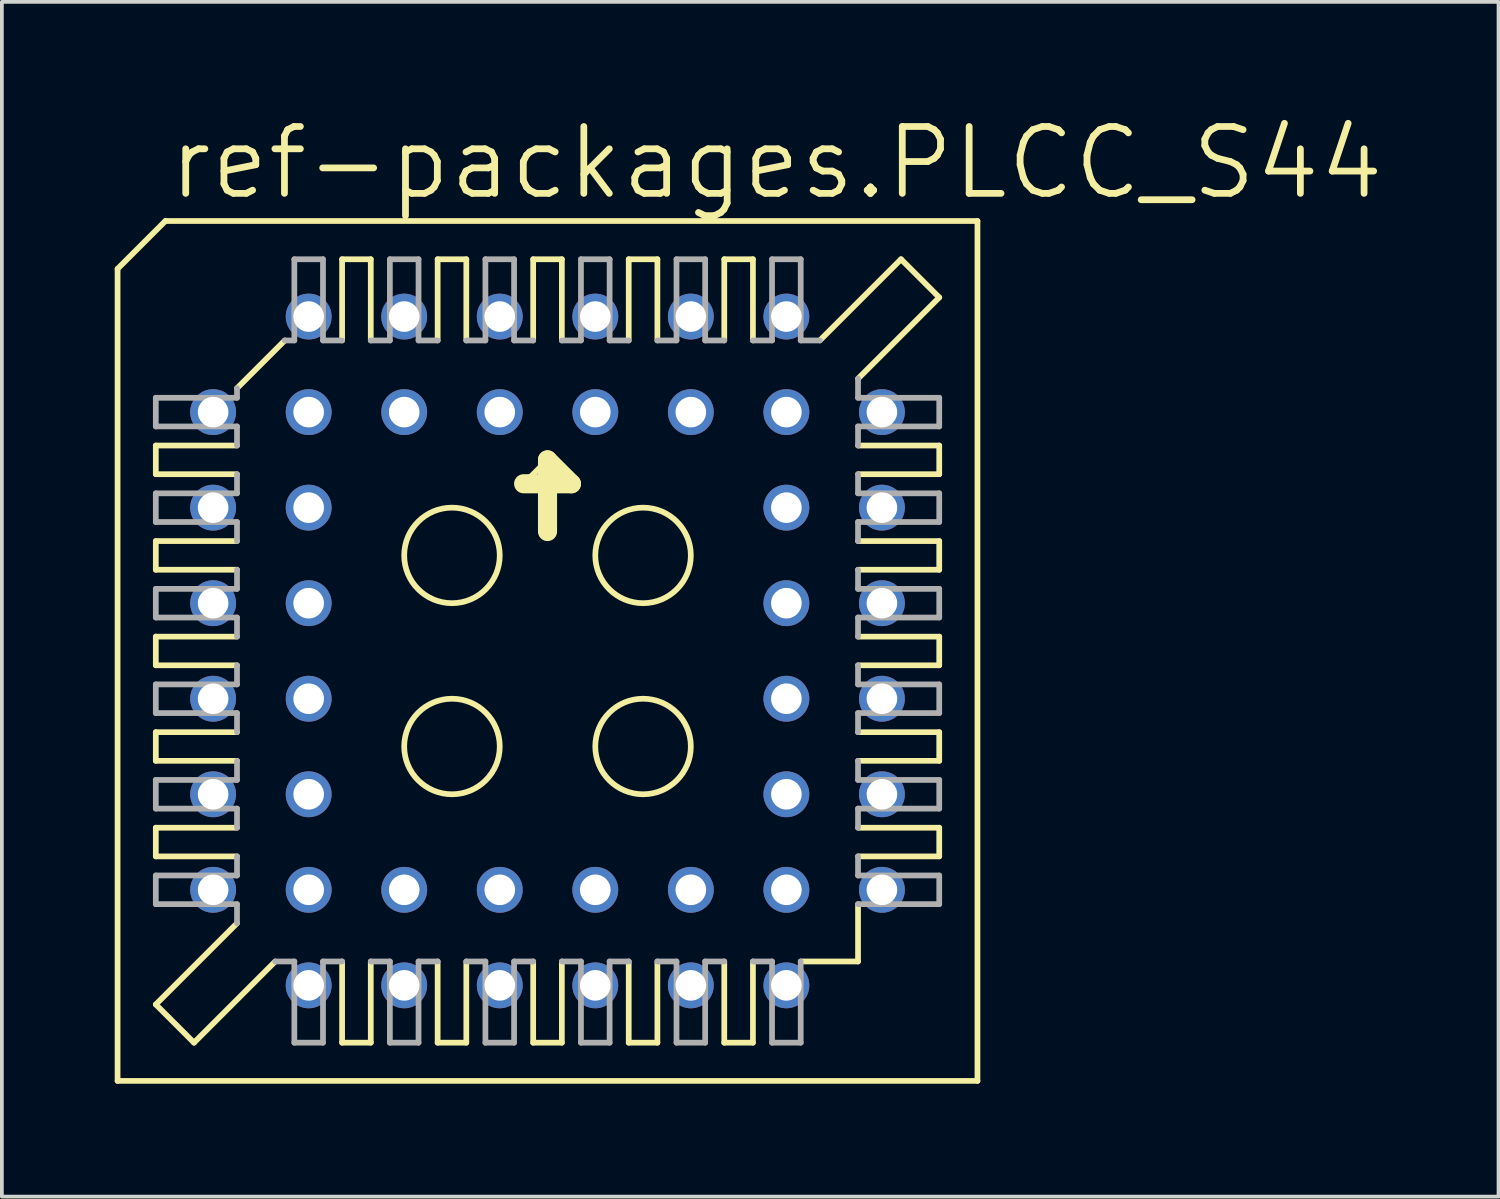
<source format=kicad_pcb>
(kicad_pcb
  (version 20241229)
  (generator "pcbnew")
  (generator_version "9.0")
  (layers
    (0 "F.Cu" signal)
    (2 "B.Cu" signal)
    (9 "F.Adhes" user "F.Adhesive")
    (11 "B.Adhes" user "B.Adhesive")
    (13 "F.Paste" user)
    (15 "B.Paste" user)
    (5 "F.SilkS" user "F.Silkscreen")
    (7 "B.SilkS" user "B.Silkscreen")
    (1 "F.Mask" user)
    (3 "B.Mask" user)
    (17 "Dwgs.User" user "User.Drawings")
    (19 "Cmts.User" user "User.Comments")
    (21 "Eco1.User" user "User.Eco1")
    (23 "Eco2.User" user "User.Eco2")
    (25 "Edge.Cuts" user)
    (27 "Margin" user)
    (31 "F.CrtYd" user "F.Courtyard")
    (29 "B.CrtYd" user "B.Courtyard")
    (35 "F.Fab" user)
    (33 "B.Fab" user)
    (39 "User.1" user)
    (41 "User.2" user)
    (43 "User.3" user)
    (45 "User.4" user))
  (footprint "ref-packages.PLCC_S44"
    (layer "F.Cu")
    (at 11.506 14.256)
    (property "Reference" "ref-packages.PLCC_S44" (at -10.16 -11.938 0) (layer "F.SilkS") (effects (font (size 1.778 1.778) (thickness 0.18)) (justify left bottom)))
    (attr through_hole)
    (fp_line (start -11.43 -10.16) (end -11.43 11.43) (stroke (width 0.152) (type default)) (layer "F.SilkS"))
    (fp_line (start -10.414 -5.461) (end -10.414 -4.699) (stroke (width 0.152) (type default)) (layer "F.SilkS"))
    (fp_line (start -10.414 -5.461) (end -8.255 -5.461) (stroke (width 0.152) (type default)) (layer "F.SilkS"))
    (fp_line (start -10.414 -2.921) (end -10.414 -2.159) (stroke (width 0.152) (type default)) (layer "F.SilkS"))
    (fp_line (start -10.414 -2.921) (end -8.255 -2.921) (stroke (width 0.152) (type default)) (layer "F.SilkS"))
    (fp_line (start -10.414 0.381) (end -10.414 -0.381) (stroke (width 0.152) (type default)) (layer "F.SilkS"))
    (fp_line (start -10.414 0.381) (end -8.255 0.381) (stroke (width 0.152) (type default)) (layer "F.SilkS"))
    (fp_line (start -10.414 2.921) (end -10.414 2.159) (stroke (width 0.152) (type default)) (layer "F.SilkS"))
    (fp_line (start -10.414 2.921) (end -8.255 2.921) (stroke (width 0.152) (type default)) (layer "F.SilkS"))
    (fp_line (start -10.414 5.461) (end -10.414 4.699) (stroke (width 0.152) (type default)) (layer "F.SilkS"))
    (fp_line (start -10.414 5.461) (end -8.255 5.461) (stroke (width 0.152) (type default)) (layer "F.SilkS"))
    (fp_line (start -10.414 9.398) (end -8.255 7.239) (stroke (width 0.152) (type default)) (layer "F.SilkS"))
    (fp_line (start -10.16 -11.43) (end -11.43 -10.16) (stroke (width 0.152) (type default)) (layer "F.SilkS"))
    (fp_line (start -9.398 10.414) (end -10.414 9.398) (stroke (width 0.152) (type default)) (layer "F.SilkS"))
    (fp_line (start -9.398 10.414) (end -7.239 8.255) (stroke (width 0.152) (type default)) (layer "F.SilkS"))
    (fp_line (start -8.255 -6.985) (end -6.985 -8.255) (stroke (width 0.152) (type default)) (layer "F.SilkS"))
    (fp_line (start -8.255 -4.699) (end -10.414 -4.699) (stroke (width 0.152) (type default)) (layer "F.SilkS"))
    (fp_line (start -8.255 -2.159) (end -10.414 -2.159) (stroke (width 0.152) (type default)) (layer "F.SilkS"))
    (fp_line (start -8.255 -0.381) (end -10.414 -0.381) (stroke (width 0.152) (type default)) (layer "F.SilkS"))
    (fp_line (start -8.255 2.159) (end -10.414 2.159) (stroke (width 0.152) (type default)) (layer "F.SilkS"))
    (fp_line (start -8.255 4.699) (end -10.414 4.699) (stroke (width 0.152) (type default)) (layer "F.SilkS"))
    (fp_line (start -5.461 -8.255) (end -5.461 -10.414) (stroke (width 0.152) (type default)) (layer "F.SilkS"))
    (fp_line (start -5.461 10.414) (end -5.461 8.255) (stroke (width 0.152) (type default)) (layer "F.SilkS"))
    (fp_line (start -5.461 10.414) (end -4.699 10.414) (stroke (width 0.152) (type default)) (layer "F.SilkS"))
    (fp_line (start -4.699 -10.414) (end -5.461 -10.414) (stroke (width 0.152) (type default)) (layer "F.SilkS"))
    (fp_line (start -4.699 -10.414) (end -4.699 -8.255) (stroke (width 0.152) (type default)) (layer "F.SilkS"))
    (fp_line (start -4.699 8.255) (end -4.699 10.414) (stroke (width 0.152) (type default)) (layer "F.SilkS"))
    (fp_line (start -2.921 -8.255) (end -2.921 -10.414) (stroke (width 0.152) (type default)) (layer "F.SilkS"))
    (fp_line (start -2.921 10.414) (end -2.921 8.255) (stroke (width 0.152) (type default)) (layer "F.SilkS"))
    (fp_line (start -2.921 10.414) (end -2.159 10.414) (stroke (width 0.152) (type default)) (layer "F.SilkS"))
    (fp_line (start -2.159 -10.414) (end -2.921 -10.414) (stroke (width 0.152) (type default)) (layer "F.SilkS"))
    (fp_line (start -2.159 -10.414) (end -2.159 -8.255) (stroke (width 0.152) (type default)) (layer "F.SilkS"))
    (fp_line (start -2.159 8.255) (end -2.159 10.414) (stroke (width 0.152) (type default)) (layer "F.SilkS"))
    (fp_line (start -0.635 -4.445) (end 0 -5.08) (stroke (width 0.152) (type default)) (layer "F.SilkS"))
    (fp_line (start -0.381 -8.255) (end -0.381 -10.414) (stroke (width 0.152) (type default)) (layer "F.SilkS"))
    (fp_line (start -0.381 10.414) (end -0.381 8.255) (stroke (width 0.152) (type default)) (layer "F.SilkS"))
    (fp_line (start -0.381 10.414) (end 0.381 10.414) (stroke (width 0.152) (type default)) (layer "F.SilkS"))
    (fp_line (start 0 -5.08) (end 0 -3.175) (stroke (width 0.508) (type default)) (layer "F.SilkS"))
    (fp_line (start 0 -5.08) (end 0.635 -4.445) (stroke (width 0.508) (type default)) (layer "F.SilkS"))
    (fp_line (start 0.381 -10.414) (end -0.381 -10.414) (stroke (width 0.152) (type default)) (layer "F.SilkS"))
    (fp_line (start 0.381 -10.414) (end 0.381 -8.255) (stroke (width 0.152) (type default)) (layer "F.SilkS"))
    (fp_line (start 0.381 8.255) (end 0.381 10.414) (stroke (width 0.152) (type default)) (layer "F.SilkS"))
    (fp_line (start 0.635 -4.445) (end -0.635 -4.445) (stroke (width 0.508) (type default)) (layer "F.SilkS"))
    (fp_line (start 2.159 -8.255) (end 2.159 -10.414) (stroke (width 0.152) (type default)) (layer "F.SilkS"))
    (fp_line (start 2.159 10.414) (end 2.159 8.255) (stroke (width 0.152) (type default)) (layer "F.SilkS"))
    (fp_line (start 2.159 10.414) (end 2.921 10.414) (stroke (width 0.152) (type default)) (layer "F.SilkS"))
    (fp_line (start 2.921 -10.414) (end 2.159 -10.414) (stroke (width 0.152) (type default)) (layer "F.SilkS"))
    (fp_line (start 2.921 -10.414) (end 2.921 -8.255) (stroke (width 0.152) (type default)) (layer "F.SilkS"))
    (fp_line (start 2.921 8.255) (end 2.921 10.414) (stroke (width 0.152) (type default)) (layer "F.SilkS"))
    (fp_line (start 4.699 -8.255) (end 4.699 -10.414) (stroke (width 0.152) (type default)) (layer "F.SilkS"))
    (fp_line (start 4.699 10.414) (end 4.699 8.255) (stroke (width 0.152) (type default)) (layer "F.SilkS"))
    (fp_line (start 4.699 10.414) (end 5.461 10.414) (stroke (width 0.152) (type default)) (layer "F.SilkS"))
    (fp_line (start 5.461 -10.414) (end 4.699 -10.414) (stroke (width 0.152) (type default)) (layer "F.SilkS"))
    (fp_line (start 5.461 -10.414) (end 5.461 -8.255) (stroke (width 0.152) (type default)) (layer "F.SilkS"))
    (fp_line (start 5.461 8.255) (end 5.461 10.414) (stroke (width 0.152) (type default)) (layer "F.SilkS"))
    (fp_line (start 6.731 8.255) (end 8.255 8.255) (stroke (width 0.152) (type default)) (layer "F.SilkS"))
    (fp_line (start 8.255 -4.699) (end 10.414 -4.699) (stroke (width 0.152) (type default)) (layer "F.SilkS"))
    (fp_line (start 8.255 -2.159) (end 10.414 -2.159) (stroke (width 0.152) (type default)) (layer "F.SilkS"))
    (fp_line (start 8.255 0.381) (end 10.414 0.381) (stroke (width 0.152) (type default)) (layer "F.SilkS"))
    (fp_line (start 8.255 2.159) (end 10.414 2.159) (stroke (width 0.152) (type default)) (layer "F.SilkS"))
    (fp_line (start 8.255 4.699) (end 10.414 4.699) (stroke (width 0.152) (type default)) (layer "F.SilkS"))
    (fp_line (start 8.255 8.255) (end 8.255 6.731) (stroke (width 0.152) (type default)) (layer "F.SilkS"))
    (fp_line (start 9.398 -10.414) (end 7.239 -8.255) (stroke (width 0.152) (type default)) (layer "F.SilkS"))
    (fp_line (start 10.414 -9.398) (end 8.255 -7.239) (stroke (width 0.152) (type default)) (layer "F.SilkS"))
    (fp_line (start 10.414 -9.398) (end 9.398 -10.414) (stroke (width 0.152) (type default)) (layer "F.SilkS"))
    (fp_line (start 10.414 -5.461) (end 8.255 -5.461) (stroke (width 0.152) (type default)) (layer "F.SilkS"))
    (fp_line (start 10.414 -5.461) (end 10.414 -4.699) (stroke (width 0.152) (type default)) (layer "F.SilkS"))
    (fp_line (start 10.414 -2.921) (end 8.255 -2.921) (stroke (width 0.152) (type default)) (layer "F.SilkS"))
    (fp_line (start 10.414 -2.921) (end 10.414 -2.159) (stroke (width 0.152) (type default)) (layer "F.SilkS"))
    (fp_line (start 10.414 -0.381) (end 8.255 -0.381) (stroke (width 0.152) (type default)) (layer "F.SilkS"))
    (fp_line (start 10.414 -0.381) (end 10.414 0.381) (stroke (width 0.152) (type default)) (layer "F.SilkS"))
    (fp_line (start 10.414 2.921) (end 8.255 2.921) (stroke (width 0.152) (type default)) (layer "F.SilkS"))
    (fp_line (start 10.414 2.921) (end 10.414 2.159) (stroke (width 0.152) (type default)) (layer "F.SilkS"))
    (fp_line (start 10.414 5.461) (end 8.255 5.461) (stroke (width 0.152) (type default)) (layer "F.SilkS"))
    (fp_line (start 10.414 5.461) (end 10.414 4.699) (stroke (width 0.152) (type default)) (layer "F.SilkS"))
    (fp_line (start 11.43 -11.43) (end -10.16 -11.43) (stroke (width 0.152) (type default)) (layer "F.SilkS"))
    (fp_line (start 11.43 11.43) (end -11.43 11.43) (stroke (width 0.152) (type default)) (layer "F.SilkS"))
    (fp_line (start 11.43 11.43) (end 11.43 -11.43) (stroke (width 0.152) (type default)) (layer "F.SilkS"))
    (fp_circle (center -2.54 -2.54) (end -1.27 -2.54) (stroke (width 0.152) (type default)) (fill no) (layer "F.SilkS"))
    (fp_circle (center -2.54 2.54) (end -1.27 2.54) (stroke (width 0.152) (type default)) (fill no) (layer "F.SilkS"))
    (fp_circle (center 2.54 -2.54) (end 3.81 -2.54) (stroke (width 0.152) (type default)) (fill no) (layer "F.SilkS"))
    (fp_circle (center 2.54 2.54) (end 3.81 2.54) (stroke (width 0.152) (type default)) (fill no) (layer "F.SilkS"))
    (fp_line (start -10.414 -6.731) (end -10.414 -5.969) (stroke (width 0.152) (type default)) (layer "F.Fab"))
    (fp_line (start -10.414 -6.731) (end -8.255 -6.731) (stroke (width 0.152) (type default)) (layer "F.Fab"))
    (fp_line (start -10.414 -4.191) (end -10.414 -3.429) (stroke (width 0.152) (type default)) (layer "F.Fab"))
    (fp_line (start -10.414 -4.191) (end -8.255 -4.191) (stroke (width 0.152) (type default)) (layer "F.Fab"))
    (fp_line (start -10.414 -0.889) (end -10.414 -1.651) (stroke (width 0.152) (type default)) (layer "F.Fab"))
    (fp_line (start -10.414 -0.889) (end -8.255 -0.889) (stroke (width 0.152) (type default)) (layer "F.Fab"))
    (fp_line (start -10.414 1.651) (end -10.414 0.889) (stroke (width 0.152) (type default)) (layer "F.Fab"))
    (fp_line (start -10.414 1.651) (end -8.255 1.651) (stroke (width 0.152) (type default)) (layer "F.Fab"))
    (fp_line (start -10.414 4.191) (end -10.414 3.429) (stroke (width 0.152) (type default)) (layer "F.Fab"))
    (fp_line (start -10.414 4.191) (end -8.255 4.191) (stroke (width 0.152) (type default)) (layer "F.Fab"))
    (fp_line (start -10.414 6.731) (end -10.414 5.969) (stroke (width 0.152) (type default)) (layer "F.Fab"))
    (fp_line (start -10.414 6.731) (end -8.255 6.731) (stroke (width 0.152) (type default)) (layer "F.Fab"))
    (fp_line (start -8.255 -6.731) (end -8.255 -6.985) (stroke (width 0.152) (type default)) (layer "F.Fab"))
    (fp_line (start -8.255 -5.969) (end -10.414 -5.969) (stroke (width 0.152) (type default)) (layer "F.Fab"))
    (fp_line (start -8.255 -5.969) (end -8.255 -5.461) (stroke (width 0.152) (type default)) (layer "F.Fab"))
    (fp_line (start -8.255 -4.699) (end -8.255 -4.191) (stroke (width 0.152) (type default)) (layer "F.Fab"))
    (fp_line (start -8.255 -3.429) (end -10.414 -3.429) (stroke (width 0.152) (type default)) (layer "F.Fab"))
    (fp_line (start -8.255 -3.429) (end -8.255 -2.921) (stroke (width 0.152) (type default)) (layer "F.Fab"))
    (fp_line (start -8.255 -2.159) (end -8.255 -1.651) (stroke (width 0.152) (type default)) (layer "F.Fab"))
    (fp_line (start -8.255 -1.651) (end -10.414 -1.651) (stroke (width 0.152) (type default)) (layer "F.Fab"))
    (fp_line (start -8.255 -0.381) (end -8.255 -0.889) (stroke (width 0.152) (type default)) (layer "F.Fab"))
    (fp_line (start -8.255 0.889) (end -10.414 0.889) (stroke (width 0.152) (type default)) (layer "F.Fab"))
    (fp_line (start -8.255 0.889) (end -8.255 0.381) (stroke (width 0.152) (type default)) (layer "F.Fab"))
    (fp_line (start -8.255 2.159) (end -8.255 1.651) (stroke (width 0.152) (type default)) (layer "F.Fab"))
    (fp_line (start -8.255 3.429) (end -10.414 3.429) (stroke (width 0.152) (type default)) (layer "F.Fab"))
    (fp_line (start -8.255 3.429) (end -8.255 2.921) (stroke (width 0.152) (type default)) (layer "F.Fab"))
    (fp_line (start -8.255 4.699) (end -8.255 4.191) (stroke (width 0.152) (type default)) (layer "F.Fab"))
    (fp_line (start -8.255 5.969) (end -10.414 5.969) (stroke (width 0.152) (type default)) (layer "F.Fab"))
    (fp_line (start -8.255 5.969) (end -8.255 5.461) (stroke (width 0.152) (type default)) (layer "F.Fab"))
    (fp_line (start -8.255 7.239) (end -8.255 6.731) (stroke (width 0.152) (type default)) (layer "F.Fab"))
    (fp_line (start -7.239 8.255) (end -6.731 8.255) (stroke (width 0.152) (type default)) (layer "F.Fab"))
    (fp_line (start -6.985 -8.255) (end -6.731 -8.255) (stroke (width 0.152) (type default)) (layer "F.Fab"))
    (fp_line (start -6.731 -8.255) (end -6.731 -10.414) (stroke (width 0.152) (type default)) (layer "F.Fab"))
    (fp_line (start -6.731 10.414) (end -6.731 8.255) (stroke (width 0.152) (type default)) (layer "F.Fab"))
    (fp_line (start -6.731 10.414) (end -5.969 10.414) (stroke (width 0.152) (type default)) (layer "F.Fab"))
    (fp_line (start -5.969 -10.414) (end -6.731 -10.414) (stroke (width 0.152) (type default)) (layer "F.Fab"))
    (fp_line (start -5.969 -10.414) (end -5.969 -8.255) (stroke (width 0.152) (type default)) (layer "F.Fab"))
    (fp_line (start -5.969 8.255) (end -5.969 10.414) (stroke (width 0.152) (type default)) (layer "F.Fab"))
    (fp_line (start -5.969 8.255) (end -5.461 8.255) (stroke (width 0.152) (type default)) (layer "F.Fab"))
    (fp_line (start -5.461 -8.255) (end -5.969 -8.255) (stroke (width 0.152) (type default)) (layer "F.Fab"))
    (fp_line (start -4.699 8.255) (end -4.191 8.255) (stroke (width 0.152) (type default)) (layer "F.Fab"))
    (fp_line (start -4.191 -8.255) (end -4.699 -8.255) (stroke (width 0.152) (type default)) (layer "F.Fab"))
    (fp_line (start -4.191 -8.255) (end -4.191 -10.414) (stroke (width 0.152) (type default)) (layer "F.Fab"))
    (fp_line (start -4.191 10.414) (end -4.191 8.255) (stroke (width 0.152) (type default)) (layer "F.Fab"))
    (fp_line (start -4.191 10.414) (end -3.429 10.414) (stroke (width 0.152) (type default)) (layer "F.Fab"))
    (fp_line (start -3.429 -10.414) (end -4.191 -10.414) (stroke (width 0.152) (type default)) (layer "F.Fab"))
    (fp_line (start -3.429 -10.414) (end -3.429 -8.255) (stroke (width 0.152) (type default)) (layer "F.Fab"))
    (fp_line (start -3.429 8.255) (end -3.429 10.414) (stroke (width 0.152) (type default)) (layer "F.Fab"))
    (fp_line (start -3.429 8.255) (end -2.921 8.255) (stroke (width 0.152) (type default)) (layer "F.Fab"))
    (fp_line (start -2.921 -8.255) (end -3.429 -8.255) (stroke (width 0.152) (type default)) (layer "F.Fab"))
    (fp_line (start -2.159 8.255) (end -1.651 8.255) (stroke (width 0.152) (type default)) (layer "F.Fab"))
    (fp_line (start -1.651 -8.255) (end -2.159 -8.255) (stroke (width 0.152) (type default)) (layer "F.Fab"))
    (fp_line (start -1.651 -8.255) (end -1.651 -10.414) (stroke (width 0.152) (type default)) (layer "F.Fab"))
    (fp_line (start -1.651 10.414) (end -1.651 8.255) (stroke (width 0.152) (type default)) (layer "F.Fab"))
    (fp_line (start -1.651 10.414) (end -0.889 10.414) (stroke (width 0.152) (type default)) (layer "F.Fab"))
    (fp_line (start -0.889 -10.414) (end -1.651 -10.414) (stroke (width 0.152) (type default)) (layer "F.Fab"))
    (fp_line (start -0.889 -10.414) (end -0.889 -8.255) (stroke (width 0.152) (type default)) (layer "F.Fab"))
    (fp_line (start -0.889 8.255) (end -0.889 10.414) (stroke (width 0.152) (type default)) (layer "F.Fab"))
    (fp_line (start -0.889 8.255) (end -0.381 8.255) (stroke (width 0.152) (type default)) (layer "F.Fab"))
    (fp_line (start -0.381 -8.255) (end -0.889 -8.255) (stroke (width 0.152) (type default)) (layer "F.Fab"))
    (fp_line (start 0.381 8.255) (end 0.889 8.255) (stroke (width 0.152) (type default)) (layer "F.Fab"))
    (fp_line (start 0.889 -8.255) (end 0.381 -8.255) (stroke (width 0.152) (type default)) (layer "F.Fab"))
    (fp_line (start 0.889 -8.255) (end 0.889 -10.414) (stroke (width 0.152) (type default)) (layer "F.Fab"))
    (fp_line (start 0.889 10.414) (end 0.889 8.255) (stroke (width 0.152) (type default)) (layer "F.Fab"))
    (fp_line (start 0.889 10.414) (end 1.651 10.414) (stroke (width 0.152) (type default)) (layer "F.Fab"))
    (fp_line (start 1.651 -10.414) (end 0.889 -10.414) (stroke (width 0.152) (type default)) (layer "F.Fab"))
    (fp_line (start 1.651 -10.414) (end 1.651 -8.255) (stroke (width 0.152) (type default)) (layer "F.Fab"))
    (fp_line (start 1.651 8.255) (end 1.651 10.414) (stroke (width 0.152) (type default)) (layer "F.Fab"))
    (fp_line (start 1.651 8.255) (end 2.159 8.255) (stroke (width 0.152) (type default)) (layer "F.Fab"))
    (fp_line (start 2.159 -8.255) (end 1.651 -8.255) (stroke (width 0.152) (type default)) (layer "F.Fab"))
    (fp_line (start 2.921 8.255) (end 3.429 8.255) (stroke (width 0.152) (type default)) (layer "F.Fab"))
    (fp_line (start 3.429 -8.255) (end 2.921 -8.255) (stroke (width 0.152) (type default)) (layer "F.Fab"))
    (fp_line (start 3.429 -8.255) (end 3.429 -10.414) (stroke (width 0.152) (type default)) (layer "F.Fab"))
    (fp_line (start 3.429 10.414) (end 3.429 8.255) (stroke (width 0.152) (type default)) (layer "F.Fab"))
    (fp_line (start 3.429 10.414) (end 4.191 10.414) (stroke (width 0.152) (type default)) (layer "F.Fab"))
    (fp_line (start 4.191 -10.414) (end 3.429 -10.414) (stroke (width 0.152) (type default)) (layer "F.Fab"))
    (fp_line (start 4.191 -10.414) (end 4.191 -8.255) (stroke (width 0.152) (type default)) (layer "F.Fab"))
    (fp_line (start 4.191 8.255) (end 4.191 10.414) (stroke (width 0.152) (type default)) (layer "F.Fab"))
    (fp_line (start 4.191 8.255) (end 4.699 8.255) (stroke (width 0.152) (type default)) (layer "F.Fab"))
    (fp_line (start 4.699 -8.255) (end 4.191 -8.255) (stroke (width 0.152) (type default)) (layer "F.Fab"))
    (fp_line (start 5.461 8.255) (end 5.969 8.255) (stroke (width 0.152) (type default)) (layer "F.Fab"))
    (fp_line (start 5.969 -8.255) (end 5.461 -8.255) (stroke (width 0.152) (type default)) (layer "F.Fab"))
    (fp_line (start 5.969 -8.255) (end 5.969 -10.414) (stroke (width 0.152) (type default)) (layer "F.Fab"))
    (fp_line (start 5.969 10.414) (end 5.969 8.255) (stroke (width 0.152) (type default)) (layer "F.Fab"))
    (fp_line (start 5.969 10.414) (end 6.731 10.414) (stroke (width 0.152) (type default)) (layer "F.Fab"))
    (fp_line (start 6.731 -10.414) (end 5.969 -10.414) (stroke (width 0.152) (type default)) (layer "F.Fab"))
    (fp_line (start 6.731 -10.414) (end 6.731 -8.255) (stroke (width 0.152) (type default)) (layer "F.Fab"))
    (fp_line (start 6.731 8.255) (end 6.731 10.414) (stroke (width 0.152) (type default)) (layer "F.Fab"))
    (fp_line (start 7.239 -8.255) (end 6.731 -8.255) (stroke (width 0.152) (type default)) (layer "F.Fab"))
    (fp_line (start 8.255 -7.239) (end 8.255 -6.731) (stroke (width 0.152) (type default)) (layer "F.Fab"))
    (fp_line (start 8.255 -5.969) (end 8.255 -5.461) (stroke (width 0.152) (type default)) (layer "F.Fab"))
    (fp_line (start 8.255 -5.969) (end 10.414 -5.969) (stroke (width 0.152) (type default)) (layer "F.Fab"))
    (fp_line (start 8.255 -4.699) (end 8.255 -4.191) (stroke (width 0.152) (type default)) (layer "F.Fab"))
    (fp_line (start 8.255 -3.429) (end 8.255 -2.921) (stroke (width 0.152) (type default)) (layer "F.Fab"))
    (fp_line (start 8.255 -3.429) (end 10.414 -3.429) (stroke (width 0.152) (type default)) (layer "F.Fab"))
    (fp_line (start 8.255 -2.159) (end 8.255 -1.651) (stroke (width 0.152) (type default)) (layer "F.Fab"))
    (fp_line (start 8.255 -0.889) (end 8.255 -0.381) (stroke (width 0.152) (type default)) (layer "F.Fab"))
    (fp_line (start 8.255 -0.889) (end 10.414 -0.889) (stroke (width 0.152) (type default)) (layer "F.Fab"))
    (fp_line (start 8.255 0.381) (end 8.255 0.889) (stroke (width 0.152) (type default)) (layer "F.Fab"))
    (fp_line (start 8.255 1.651) (end 8.255 2.159) (stroke (width 0.152) (type default)) (layer "F.Fab"))
    (fp_line (start 8.255 1.651) (end 10.414 1.651) (stroke (width 0.152) (type default)) (layer "F.Fab"))
    (fp_line (start 8.255 3.429) (end 8.255 2.921) (stroke (width 0.152) (type default)) (layer "F.Fab"))
    (fp_line (start 8.255 3.429) (end 10.414 3.429) (stroke (width 0.152) (type default)) (layer "F.Fab"))
    (fp_line (start 8.255 4.699) (end 8.255 4.191) (stroke (width 0.152) (type default)) (layer "F.Fab"))
    (fp_line (start 8.255 5.969) (end 8.255 5.461) (stroke (width 0.152) (type default)) (layer "F.Fab"))
    (fp_line (start 8.255 5.969) (end 10.414 5.969) (stroke (width 0.152) (type default)) (layer "F.Fab"))
    (fp_line (start 10.414 -6.731) (end 8.255 -6.731) (stroke (width 0.152) (type default)) (layer "F.Fab"))
    (fp_line (start 10.414 -6.731) (end 10.414 -5.969) (stroke (width 0.152) (type default)) (layer "F.Fab"))
    (fp_line (start 10.414 -4.191) (end 8.255 -4.191) (stroke (width 0.152) (type default)) (layer "F.Fab"))
    (fp_line (start 10.414 -4.191) (end 10.414 -3.429) (stroke (width 0.152) (type default)) (layer "F.Fab"))
    (fp_line (start 10.414 -1.651) (end 8.255 -1.651) (stroke (width 0.152) (type default)) (layer "F.Fab"))
    (fp_line (start 10.414 -1.651) (end 10.414 -0.889) (stroke (width 0.152) (type default)) (layer "F.Fab"))
    (fp_line (start 10.414 0.889) (end 8.255 0.889) (stroke (width 0.152) (type default)) (layer "F.Fab"))
    (fp_line (start 10.414 0.889) (end 10.414 1.651) (stroke (width 0.152) (type default)) (layer "F.Fab"))
    (fp_line (start 10.414 4.191) (end 8.255 4.191) (stroke (width 0.152) (type default)) (layer "F.Fab"))
    (fp_line (start 10.414 4.191) (end 10.414 3.429) (stroke (width 0.152) (type default)) (layer "F.Fab"))
    (fp_line (start 10.414 6.731) (end 8.255 6.731) (stroke (width 0.152) (type default)) (layer "F.Fab"))
    (fp_line (start 10.414 6.731) (end 10.414 5.969) (stroke (width 0.152) (type default)) (layer "F.Fab"))
    (pad "1" thru_hole circle (at 1.27 -6.35) (size 1.219 1.219) (drill 0.813) (layers "*.Cu" "*.Mask"))
    (pad "2" thru_hole circle (at -1.27 -8.89) (size 1.219 1.219) (drill 0.813) (layers "*.Cu" "*.Mask"))
    (pad "3" thru_hole circle (at -1.27 -6.35) (size 1.219 1.219) (drill 0.813) (layers "*.Cu" "*.Mask"))
    (pad "4" thru_hole circle (at -3.81 -8.89) (size 1.219 1.219) (drill 0.813) (layers "*.Cu" "*.Mask"))
    (pad "5" thru_hole circle (at -3.81 -6.35) (size 1.219 1.219) (drill 0.813) (layers "*.Cu" "*.Mask"))
    (pad "6" thru_hole circle (at -6.35 -8.89) (size 1.219 1.219) (drill 0.813) (layers "*.Cu" "*.Mask"))
    (pad "7" thru_hole circle (at -8.89 -6.35) (size 1.219 1.219) (drill 0.813) (layers "*.Cu" "*.Mask"))
    (pad "8" thru_hole circle (at -6.35 -6.35) (size 1.219 1.219) (drill 0.813) (layers "*.Cu" "*.Mask"))
    (pad "9" thru_hole circle (at -8.89 -3.81) (size 1.219 1.219) (drill 0.813) (layers "*.Cu" "*.Mask"))
    (pad "10" thru_hole circle (at -6.35 -3.81) (size 1.219 1.219) (drill 0.813) (layers "*.Cu" "*.Mask"))
    (pad "11" thru_hole circle (at -8.89 -1.27) (size 1.219 1.219) (drill 0.813) (layers "*.Cu" "*.Mask"))
    (pad "12" thru_hole circle (at -6.35 -1.27) (size 1.219 1.219) (drill 0.813) (layers "*.Cu" "*.Mask"))
    (pad "13" thru_hole circle (at -8.89 1.27) (size 1.219 1.219) (drill 0.813) (layers "*.Cu" "*.Mask"))
    (pad "14" thru_hole circle (at -6.35 1.27) (size 1.219 1.219) (drill 0.813) (layers "*.Cu" "*.Mask"))
    (pad "15" thru_hole circle (at -8.89 3.81) (size 1.219 1.219) (drill 0.813) (layers "*.Cu" "*.Mask"))
    (pad "16" thru_hole circle (at -6.35 3.81) (size 1.219 1.219) (drill 0.813) (layers "*.Cu" "*.Mask"))
    (pad "17" thru_hole circle (at -8.89 6.35) (size 1.219 1.219) (drill 0.813) (layers "*.Cu" "*.Mask"))
    (pad "18" thru_hole circle (at -6.35 8.89) (size 1.219 1.219) (drill 0.813) (layers "*.Cu" "*.Mask"))
    (pad "19" thru_hole circle (at -6.35 6.35) (size 1.219 1.219) (drill 0.813) (layers "*.Cu" "*.Mask"))
    (pad "20" thru_hole circle (at -3.81 8.89) (size 1.219 1.219) (drill 0.813) (layers "*.Cu" "*.Mask"))
    (pad "21" thru_hole circle (at -3.81 6.35) (size 1.219 1.219) (drill 0.813) (layers "*.Cu" "*.Mask"))
    (pad "22" thru_hole circle (at -1.27 8.89) (size 1.219 1.219) (drill 0.813) (layers "*.Cu" "*.Mask"))
    (pad "23" thru_hole circle (at -1.27 6.35) (size 1.219 1.219) (drill 0.813) (layers "*.Cu" "*.Mask"))
    (pad "24" thru_hole circle (at 1.27 8.89) (size 1.219 1.219) (drill 0.813) (layers "*.Cu" "*.Mask"))
    (pad "25" thru_hole circle (at 1.27 6.35) (size 1.219 1.219) (drill 0.813) (layers "*.Cu" "*.Mask"))
    (pad "26" thru_hole circle (at 3.81 8.89) (size 1.219 1.219) (drill 0.813) (layers "*.Cu" "*.Mask"))
    (pad "27" thru_hole circle (at 3.81 6.35) (size 1.219 1.219) (drill 0.813) (layers "*.Cu" "*.Mask"))
    (pad "28" thru_hole circle (at 6.35 8.89) (size 1.219 1.219) (drill 0.813) (layers "*.Cu" "*.Mask"))
    (pad "29" thru_hole circle (at 8.89 6.35) (size 1.219 1.219) (drill 0.813) (layers "*.Cu" "*.Mask"))
    (pad "30" thru_hole circle (at 6.35 6.35) (size 1.219 1.219) (drill 0.813) (layers "*.Cu" "*.Mask"))
    (pad "31" thru_hole circle (at 8.89 3.81) (size 1.219 1.219) (drill 0.813) (layers "*.Cu" "*.Mask"))
    (pad "32" thru_hole circle (at 6.35 3.81) (size 1.219 1.219) (drill 0.813) (layers "*.Cu" "*.Mask"))
    (pad "33" thru_hole circle (at 8.89 1.27) (size 1.219 1.219) (drill 0.813) (layers "*.Cu" "*.Mask"))
    (pad "34" thru_hole circle (at 6.35 1.27) (size 1.219 1.219) (drill 0.813) (layers "*.Cu" "*.Mask"))
    (pad "35" thru_hole circle (at 8.89 -1.27) (size 1.219 1.219) (drill 0.813) (layers "*.Cu" "*.Mask"))
    (pad "36" thru_hole circle (at 6.35 -1.27) (size 1.219 1.219) (drill 0.813) (layers "*.Cu" "*.Mask"))
    (pad "37" thru_hole circle (at 8.89 -3.81) (size 1.219 1.219) (drill 0.813) (layers "*.Cu" "*.Mask"))
    (pad "38" thru_hole circle (at 6.35 -3.81) (size 1.219 1.219) (drill 0.813) (layers "*.Cu" "*.Mask"))
    (pad "39" thru_hole circle (at 8.89 -6.35) (size 1.219 1.219) (drill 0.813) (layers "*.Cu" "*.Mask"))
    (pad "40" thru_hole circle (at 6.35 -8.89) (size 1.219 1.219) (drill 0.813) (layers "*.Cu" "*.Mask"))
    (pad "41" thru_hole circle (at 6.35 -6.35) (size 1.219 1.219) (drill 0.813) (layers "*.Cu" "*.Mask"))
    (pad "42" thru_hole circle (at 3.81 -8.89) (size 1.219 1.219) (drill 0.813) (layers "*.Cu" "*.Mask"))
    (pad "43" thru_hole circle (at 3.81 -6.35) (size 1.219 1.219) (drill 0.813) (layers "*.Cu" "*.Mask"))
    (pad "44" thru_hole circle (at 1.27 -8.89) (size 1.219 1.219) (drill 0.813) (layers "*.Cu" "*.Mask")))
  (gr_rect
    (start -3 -3)
    (end 36.789 28.762)
    (stroke (width 0.1) (type default))
    (fill no)
    (layer "Edge.Cuts")))
</source>
